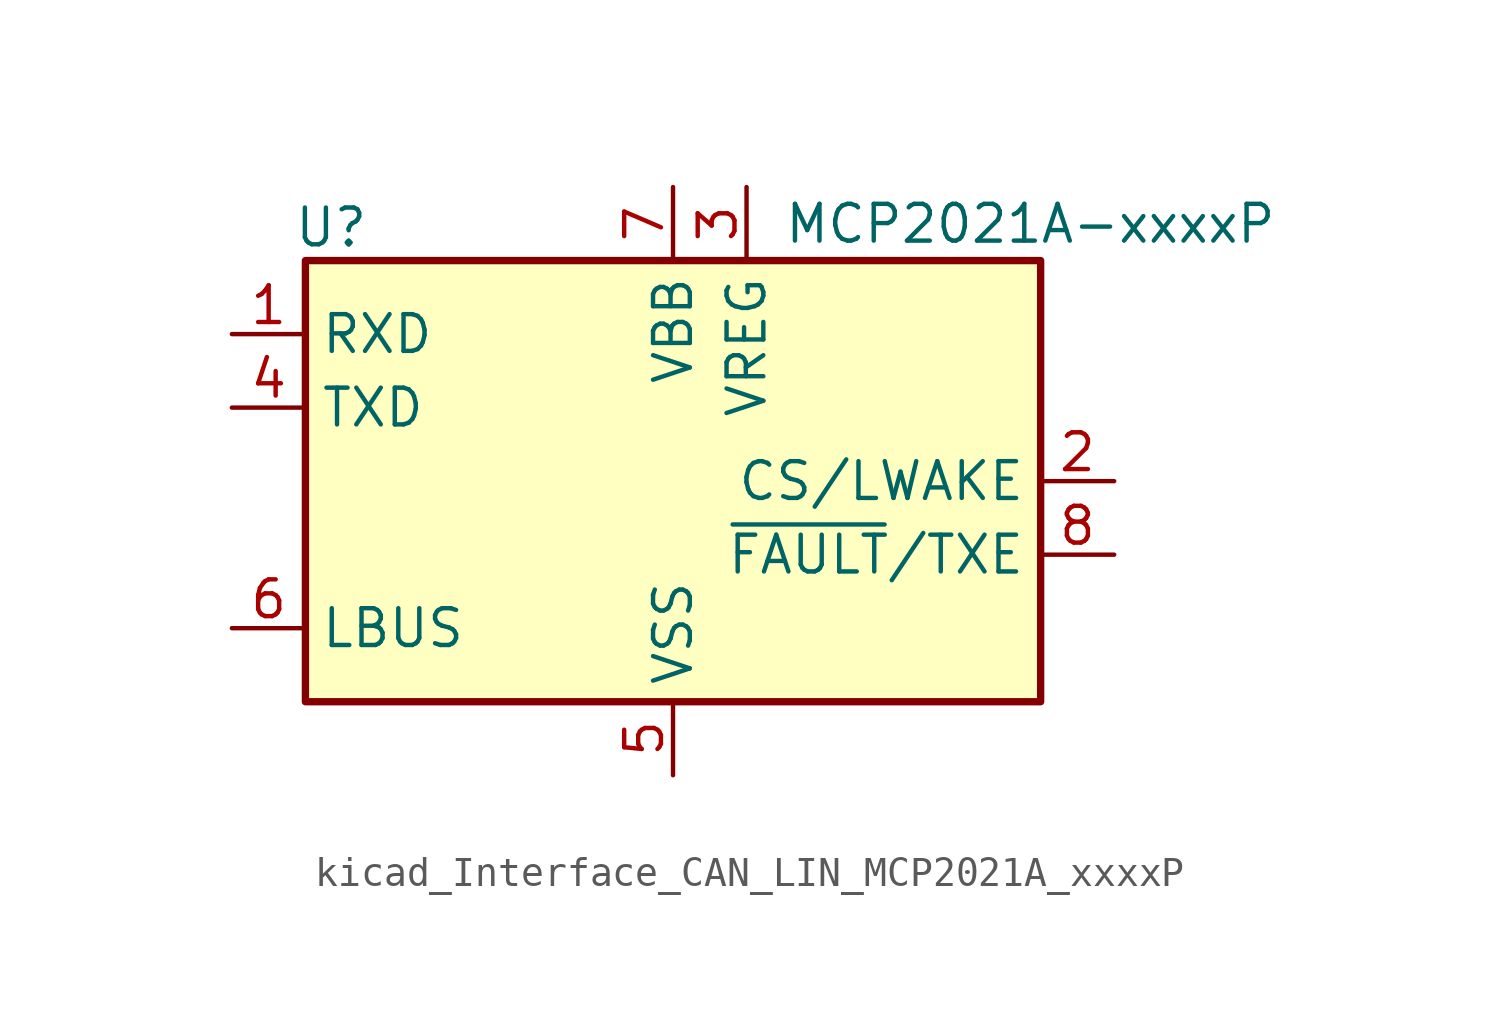
<source format=kicad_sym>
(kicad_symbol_lib
  (version 20220914)
  (generator kicad_symbol_editor)
  (symbol "kicad_Interface_CAN_LIN_MCP2021A_xxxxP"
    (property "Reference" "U"
      (at -11.811 8.763 0)
      (effects (font (size 1.27 1.27))))
    (property "Value" "MCP2021A-xxxxP"
      (at 3.81 8.89 0)
      (effects (font (size 1.27 1.27)) (justify left)))
    (symbol "kicad_Interface_CAN_LIN_MCP2021A_xxxxP_0_1"
      (rectangle (start -12.7 7.62) (end 12.7 -7.62) (stroke (width 0.254) (type default)) (fill (type background))))
    (symbol "kicad_Interface_CAN_LIN_MCP2021A_xxxxP_1_1"
      (pin output line (at -15.24 5.08 0) (length 2.54) (name "RXD" (effects (font (size 1.27 1.27)))) (number "1" (effects (font (size 1.27 1.27)))))
      (pin input line (at 15.24 0 180) (length 2.54) (name "CS/LWAKE" (effects (font (size 1.27 1.27)))) (number "2" (effects (font (size 1.27 1.27)))))
      (pin power_out line (at 2.54 10.16 270) (length 2.54) (name "VREG" (effects (font (size 1.27 1.27)))) (number "3" (effects (font (size 1.27 1.27)))))
      (pin input line (at -15.24 2.54 0) (length 2.54) (name "TXD" (effects (font (size 1.27 1.27)))) (number "4" (effects (font (size 1.27 1.27)))))
      (pin power_in line (at 0 -10.16 90) (length 2.54) (name "VSS" (effects (font (size 1.27 1.27)))) (number "5" (effects (font (size 1.27 1.27)))))
      (pin open_collector line (at -15.24 -5.08 0) (length 2.54) (name "LBUS" (effects (font (size 1.27 1.27)))) (number "6" (effects (font (size 1.27 1.27)))))
      (pin power_in line (at 0 10.16 270) (length 2.54) (name "VBB" (effects (font (size 1.27 1.27)))) (number "7" (effects (font (size 1.27 1.27)))))
      (pin open_collector line (at 15.24 -2.54 180) (length 2.54) (name "~{FAULT}/TXE" (effects (font (size 1.27 1.27)))) (number "8" (effects (font (size 1.27 1.27))))))))
</source>
